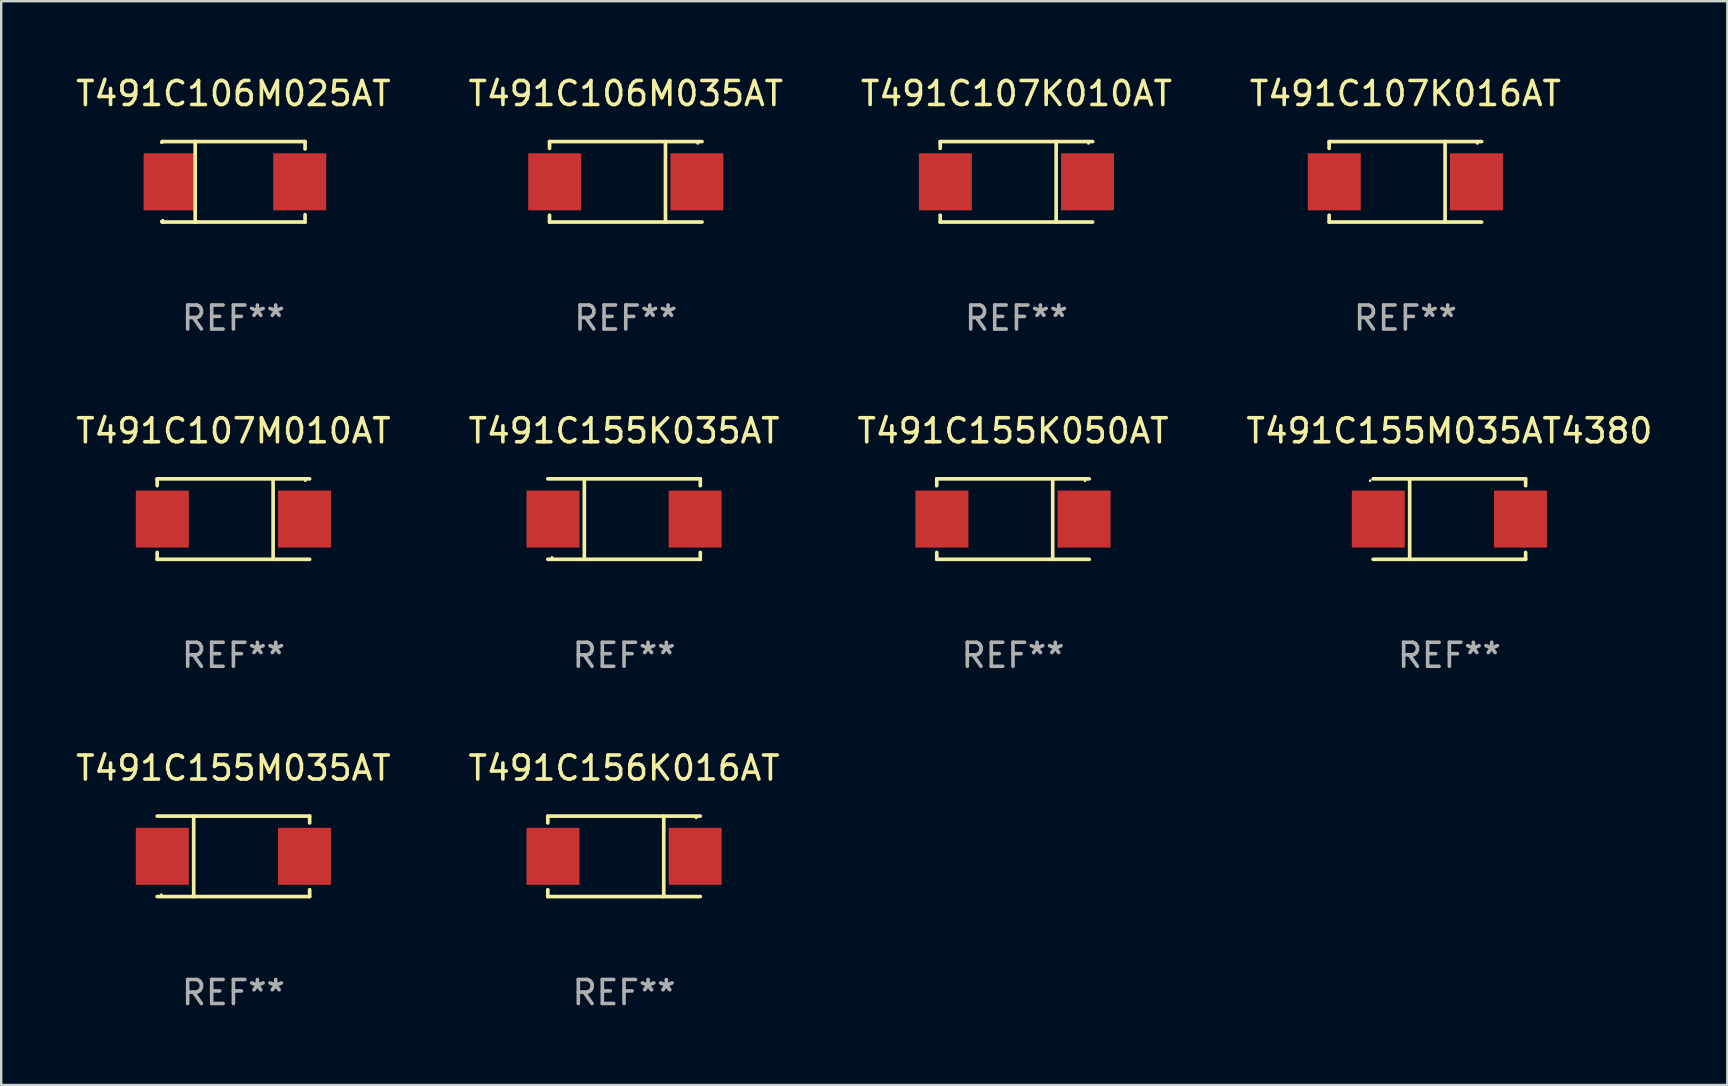
<source format=kicad_pcb>
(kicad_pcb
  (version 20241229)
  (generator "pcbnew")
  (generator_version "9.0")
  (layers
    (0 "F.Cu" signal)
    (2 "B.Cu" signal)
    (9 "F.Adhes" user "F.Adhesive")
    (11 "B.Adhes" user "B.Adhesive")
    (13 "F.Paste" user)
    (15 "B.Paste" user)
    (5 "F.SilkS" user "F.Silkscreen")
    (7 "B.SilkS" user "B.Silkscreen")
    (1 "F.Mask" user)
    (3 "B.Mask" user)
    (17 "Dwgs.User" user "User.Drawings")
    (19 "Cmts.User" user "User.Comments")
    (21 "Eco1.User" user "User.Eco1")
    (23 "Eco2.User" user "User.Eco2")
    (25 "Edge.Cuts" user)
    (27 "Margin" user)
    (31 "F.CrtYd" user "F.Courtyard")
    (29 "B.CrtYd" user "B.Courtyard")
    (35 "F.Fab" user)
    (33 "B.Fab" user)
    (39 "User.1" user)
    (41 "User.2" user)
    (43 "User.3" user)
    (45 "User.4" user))
  (footprint "T491C106M025AT"
    (layer "F.Cu")
    (at 6.673 4.524)
    (property "Reference" "T491C106M025AT" (at 0 -3.676 0) (layer "F.SilkS") (effects (font (size 1 1) (thickness 0.15))))
    (attr through_hole)
    (fp_line (start -2.959 -1.676) (end -2.985 -1.651) (stroke (width 0.152) (type solid)) (layer "F.SilkS"))
    (fp_line (start -2.959 1.676) (end -2.985 1.651) (stroke (width 0.152) (type solid)) (layer "F.SilkS"))
    (fp_line (start -1.591 -1.676) (end -2.959 -1.676) (stroke (width 0.152) (type solid)) (layer "F.SilkS"))
    (fp_line (start -1.591 -1.676) (end 2.985 -1.676) (stroke (width 0.152) (type solid)) (layer "F.SilkS"))
    (fp_line (start -1.591 1.676) (end -2.959 1.676) (stroke (width 0.152) (type solid)) (layer "F.SilkS"))
    (fp_line (start -1.591 1.676) (end -1.591 -1.676) (stroke (width 0.152) (type solid)) (layer "F.SilkS"))
    (fp_line (start -1.591 1.676) (end 2.985 1.676) (stroke (width 0.152) (type solid)) (layer "F.SilkS"))
    (fp_line (start 2.985 -1.676) (end 2.985 -1.368) (stroke (width 0.152) (type solid)) (layer "F.SilkS"))
    (fp_line (start 2.985 1.676) (end 2.985 1.368) (stroke (width 0.152) (type solid)) (layer "F.SilkS"))
    (fp_circle (center -2.937 1.6) (end -2.907 1.6) (stroke (width 0.06) (type solid)) (fill no) (layer "F.SilkS"))
    (fp_text user "REF**" (at 0 5.676 0) (layer "F.Fab") (effects (font (size 1 1) (thickness 0.15))))
    (pad "1" smd rect (at -2.637 0.000025 180) (size 2.207 2.376) (layers "F.Cu" "F.Mask" "F.Paste"))
    (pad "2" smd rect (at 2.763 0.000025 180) (size 2.207 2.376) (layers "F.Cu" "F.Mask" "F.Paste")))
  (footprint "T491C156K016AT"
    (layer "F.Cu")
    (at 22.946 32.622)
    (property "Reference" "T491C156K016AT" (at 0 -3.676 0) (layer "F.SilkS") (effects (font (size 1 1) (thickness 0.15))))
    (attr through_hole)
    (fp_line (start -3.176 -1.676) (end -3.176 -1.391) (stroke (width 0.152) (type solid)) (layer "F.SilkS"))
    (fp_line (start -3.176 -1.676) (end 3.176 -1.676) (stroke (width 0.152) (type solid)) (layer "F.SilkS"))
    (fp_line (start -3.176 1.676) (end -3.176 1.391) (stroke (width 0.152) (type solid)) (layer "F.SilkS"))
    (fp_line (start -3.176 1.676) (end 3.176 1.676) (stroke (width 0.152) (type solid)) (layer "F.SilkS"))
    (fp_line (start 1.654 -1.676) (end 1.654 1.676) (stroke (width 0.152) (type solid)) (layer "F.SilkS"))
    (fp_circle (center 3 -1.6) (end 3.03 -1.6) (stroke (width 0.06) (type solid)) (fill no) (layer "F.SilkS"))
    (fp_text user "REF**" (at 0 5.676 0) (layer "F.Fab") (effects (font (size 1 1) (thickness 0.15))))
    (pad "1" smd rect (at 2.961 0) (size 2.207 2.376) (layers "F.Cu" "F.Mask" "F.Paste"))
    (pad "2" smd rect (at -2.961 0) (size 2.207 2.376) (layers "F.Cu" "F.Mask" "F.Paste")))
  (footprint "T491C155K050AT"
    (layer "F.Cu")
    (at 39.149 18.573)
    (property "Reference" "T491C155K050AT" (at 0 -3.676 0) (layer "F.SilkS") (effects (font (size 1 1) (thickness 0.15))))
    (attr through_hole)
    (fp_line (start -3.176 -1.676) (end -3.176 -1.391) (stroke (width 0.152) (type solid)) (layer "F.SilkS"))
    (fp_line (start -3.176 -1.676) (end 3.176 -1.676) (stroke (width 0.152) (type solid)) (layer "F.SilkS"))
    (fp_line (start -3.176 1.676) (end -3.176 1.391) (stroke (width 0.152) (type solid)) (layer "F.SilkS"))
    (fp_line (start -3.176 1.676) (end 3.176 1.676) (stroke (width 0.152) (type solid)) (layer "F.SilkS"))
    (fp_line (start 1.654 -1.676) (end 1.654 1.676) (stroke (width 0.152) (type solid)) (layer "F.SilkS"))
    (fp_circle (center 3 -1.6) (end 3.03 -1.6) (stroke (width 0.06) (type solid)) (fill no) (layer "F.SilkS"))
    (fp_text user "REF**" (at 0 5.676 0) (layer "F.Fab") (effects (font (size 1 1) (thickness 0.15))))
    (pad "1" smd rect (at 2.961 0) (size 2.207 2.376) (layers "F.Cu" "F.Mask" "F.Paste"))
    (pad "2" smd rect (at -2.961 0) (size 2.207 2.376) (layers "F.Cu" "F.Mask" "F.Paste")))
  (footprint "T491C155M035AT4380"
    (layer "F.Cu")
    (at 57.327 18.573)
    (property "Reference" "T491C155M035AT4380" (at 0 -3.676 0) (layer "F.SilkS") (effects (font (size 1 1) (thickness 0.15))))
    (attr through_hole)
    (fp_line (start -1.654 1.676) (end -1.654 -1.676) (stroke (width 0.152) (type solid)) (layer "F.SilkS"))
    (fp_line (start 3.176 -1.676) (end -3.176 -1.676) (stroke (width 0.152) (type solid)) (layer "F.SilkS"))
    (fp_line (start 3.176 -1.676) (end 3.176 -1.391) (stroke (width 0.152) (type solid)) (layer "F.SilkS"))
    (fp_line (start 3.176 1.676) (end -3.176 1.676) (stroke (width 0.152) (type solid)) (layer "F.SilkS"))
    (fp_line (start 3.176 1.676) (end 3.176 1.391) (stroke (width 0.152) (type solid)) (layer "F.SilkS"))
    (fp_circle (center -3.3 -1.6) (end -3.27 -1.6) (stroke (width 0.06) (type solid)) (fill no) (layer "F.SilkS"))
    (fp_text user "REF**" (at 0 5.676 0) (layer "F.Fab") (effects (font (size 1 1) (thickness 0.15))))
    (pad "1" smd rect (at -2.961 0 180) (size 2.207 2.376) (layers "F.Cu" "F.Mask" "F.Paste"))
    (pad "2" smd rect (at 2.961 0 180) (size 2.207 2.376) (layers "F.Cu" "F.Mask" "F.Paste")))
  (footprint "T491C155K035AT"
    (layer "F.Cu")
    (at 22.946 18.573)
    (property "Reference" "T491C155K035AT" (at 0 -3.676 0) (layer "F.SilkS") (effects (font (size 1 1) (thickness 0.15))))
    (attr through_hole)
    (fp_line (start -1.654 1.676) (end -1.654 -1.676) (stroke (width 0.152) (type solid)) (layer "F.SilkS"))
    (fp_line (start 3.176 -1.676) (end -3.176 -1.676) (stroke (width 0.152) (type solid)) (layer "F.SilkS"))
    (fp_line (start 3.176 -1.676) (end 3.176 -1.391) (stroke (width 0.152) (type solid)) (layer "F.SilkS"))
    (fp_line (start 3.176 1.676) (end -3.176 1.676) (stroke (width 0.152) (type solid)) (layer "F.SilkS"))
    (fp_line (start 3.176 1.676) (end 3.176 1.391) (stroke (width 0.152) (type solid)) (layer "F.SilkS"))
    (fp_circle (center -3 1.6) (end -2.97 1.6) (stroke (width 0.06) (type solid)) (fill no) (layer "F.SilkS"))
    (fp_text user "REF**" (at 0 5.676 0) (layer "F.Fab") (effects (font (size 1 1) (thickness 0.15))))
    (pad "1" smd rect (at -2.961 -0.000051 180) (size 2.207 2.376) (layers "F.Cu" "F.Mask" "F.Paste"))
    (pad "2" smd rect (at 2.961 -0.000051 180) (size 2.207 2.376) (layers "F.Cu" "F.Mask" "F.Paste")))
  (footprint "T491C107K010AT"
    (layer "F.Cu")
    (at 39.292 4.524)
    (property "Reference" "T491C107K010AT" (at 0 -3.676 0) (layer "F.SilkS") (effects (font (size 1 1) (thickness 0.15))))
    (attr through_hole)
    (fp_line (start -3.176 -1.676) (end -3.176 -1.391) (stroke (width 0.152) (type solid)) (layer "F.SilkS"))
    (fp_line (start -3.176 -1.676) (end 3.176 -1.676) (stroke (width 0.152) (type solid)) (layer "F.SilkS"))
    (fp_line (start -3.176 1.676) (end -3.176 1.391) (stroke (width 0.152) (type solid)) (layer "F.SilkS"))
    (fp_line (start -3.176 1.676) (end 3.176 1.676) (stroke (width 0.152) (type solid)) (layer "F.SilkS"))
    (fp_line (start 1.654 -1.676) (end 1.654 1.676) (stroke (width 0.152) (type solid)) (layer "F.SilkS"))
    (fp_circle (center 3 -1.6) (end 3.03 -1.6) (stroke (width 0.06) (type solid)) (fill no) (layer "F.SilkS"))
    (fp_text user "REF**" (at 0 5.676 0) (layer "F.Fab") (effects (font (size 1 1) (thickness 0.15))))
    (pad "1" smd rect (at 2.961 0) (size 2.207 2.376) (layers "F.Cu" "F.Mask" "F.Paste"))
    (pad "2" smd rect (at -2.961 0) (size 2.207 2.376) (layers "F.Cu" "F.Mask" "F.Paste")))
  (footprint "T491C106M035AT"
    (layer "F.Cu")
    (at 23.018 4.524)
    (property "Reference" "T491C106M035AT" (at 0 -3.676 0) (layer "F.SilkS") (effects (font (size 1 1) (thickness 0.15))))
    (attr through_hole)
    (fp_line (start -3.176 -1.676) (end -3.176 -1.391) (stroke (width 0.152) (type solid)) (layer "F.SilkS"))
    (fp_line (start -3.176 -1.676) (end 3.176 -1.676) (stroke (width 0.152) (type solid)) (layer "F.SilkS"))
    (fp_line (start -3.176 1.676) (end -3.176 1.391) (stroke (width 0.152) (type solid)) (layer "F.SilkS"))
    (fp_line (start -3.176 1.676) (end 3.176 1.676) (stroke (width 0.152) (type solid)) (layer "F.SilkS"))
    (fp_line (start 1.654 -1.676) (end 1.654 1.676) (stroke (width 0.152) (type solid)) (layer "F.SilkS"))
    (fp_circle (center 3 -1.6) (end 3.03 -1.6) (stroke (width 0.06) (type solid)) (fill no) (layer "F.SilkS"))
    (fp_text user "REF**" (at 0 5.676 0) (layer "F.Fab") (effects (font (size 1 1) (thickness 0.15))))
    (pad "1" smd rect (at 2.961 0) (size 2.207 2.376) (layers "F.Cu" "F.Mask" "F.Paste"))
    (pad "2" smd rect (at -2.961 0) (size 2.207 2.376) (layers "F.Cu" "F.Mask" "F.Paste")))
  (footprint "T491C155M035AT"
    (layer "F.Cu")
    (at 6.673 32.622)
    (property "Reference" "T491C155M035AT" (at 0 -3.676 0) (layer "F.SilkS") (effects (font (size 1 1) (thickness 0.15))))
    (attr through_hole)
    (fp_line (start -1.654 1.676) (end -1.654 -1.676) (stroke (width 0.152) (type solid)) (layer "F.SilkS"))
    (fp_line (start 3.176 -1.676) (end -3.176 -1.676) (stroke (width 0.152) (type solid)) (layer "F.SilkS"))
    (fp_line (start 3.176 -1.676) (end 3.176 -1.391) (stroke (width 0.152) (type solid)) (layer "F.SilkS"))
    (fp_line (start 3.176 1.676) (end -3.176 1.676) (stroke (width 0.152) (type solid)) (layer "F.SilkS"))
    (fp_line (start 3.176 1.676) (end 3.176 1.391) (stroke (width 0.152) (type solid)) (layer "F.SilkS"))
    (fp_circle (center -3 1.6) (end -2.97 1.6) (stroke (width 0.06) (type solid)) (fill no) (layer "F.SilkS"))
    (fp_text user "REF**" (at 0 5.676 0) (layer "F.Fab") (effects (font (size 1 1) (thickness 0.15))))
    (pad "1" smd rect (at -2.961 -0.000051 180) (size 2.207 2.376) (layers "F.Cu" "F.Mask" "F.Paste"))
    (pad "2" smd rect (at 2.961 -0.000051 180) (size 2.207 2.376) (layers "F.Cu" "F.Mask" "F.Paste")))
  (footprint "T491C107M010AT"
    (layer "F.Cu")
    (at 6.673 18.573)
    (property "Reference" "T491C107M010AT" (at 0 -3.676 0) (layer "F.SilkS") (effects (font (size 1 1) (thickness 0.15))))
    (attr through_hole)
    (fp_line (start -3.176 -1.676) (end -3.176 -1.391) (stroke (width 0.152) (type solid)) (layer "F.SilkS"))
    (fp_line (start -3.176 -1.676) (end 3.176 -1.676) (stroke (width 0.152) (type solid)) (layer "F.SilkS"))
    (fp_line (start -3.176 1.676) (end -3.176 1.391) (stroke (width 0.152) (type solid)) (layer "F.SilkS"))
    (fp_line (start -3.176 1.676) (end 3.176 1.676) (stroke (width 0.152) (type solid)) (layer "F.SilkS"))
    (fp_line (start 1.654 -1.676) (end 1.654 1.676) (stroke (width 0.152) (type solid)) (layer "F.SilkS"))
    (fp_circle (center 3 -1.6) (end 3.03 -1.6) (stroke (width 0.06) (type solid)) (fill no) (layer "F.SilkS"))
    (fp_text user "REF**" (at 0 5.676 0) (layer "F.Fab") (effects (font (size 1 1) (thickness 0.15))))
    (pad "1" smd rect (at 2.961 0) (size 2.207 2.376) (layers "F.Cu" "F.Mask" "F.Paste"))
    (pad "2" smd rect (at -2.961 0) (size 2.207 2.376) (layers "F.Cu" "F.Mask" "F.Paste")))
  (footprint "T491C107K016AT"
    (layer "F.Cu")
    (at 55.494 4.524)
    (property "Reference" "T491C107K016AT" (at 0 -3.676 0) (layer "F.SilkS") (effects (font (size 1 1) (thickness 0.15))))
    (attr through_hole)
    (fp_line (start -3.176 -1.676) (end -3.176 -1.391) (stroke (width 0.152) (type solid)) (layer "F.SilkS"))
    (fp_line (start -3.176 -1.676) (end 3.176 -1.676) (stroke (width 0.152) (type solid)) (layer "F.SilkS"))
    (fp_line (start -3.176 1.676) (end -3.176 1.391) (stroke (width 0.152) (type solid)) (layer "F.SilkS"))
    (fp_line (start -3.176 1.676) (end 3.176 1.676) (stroke (width 0.152) (type solid)) (layer "F.SilkS"))
    (fp_line (start 1.654 -1.676) (end 1.654 1.676) (stroke (width 0.152) (type solid)) (layer "F.SilkS"))
    (fp_circle (center 3 -1.6) (end 3.03 -1.6) (stroke (width 0.06) (type solid)) (fill no) (layer "F.SilkS"))
    (fp_text user "REF**" (at 0 5.676 0) (layer "F.Fab") (effects (font (size 1 1) (thickness 0.15))))
    (pad "1" smd rect (at 2.961 0) (size 2.207 2.376) (layers "F.Cu" "F.Mask" "F.Paste"))
    (pad "2" smd rect (at -2.961 0) (size 2.207 2.376) (layers "F.Cu" "F.Mask" "F.Paste")))
  (gr_rect
    (start -3 -3)
    (end 68.905 42.147)
    (stroke (width 0.1) (type default))
    (fill no)
    (layer "Edge.Cuts")))
</source>
